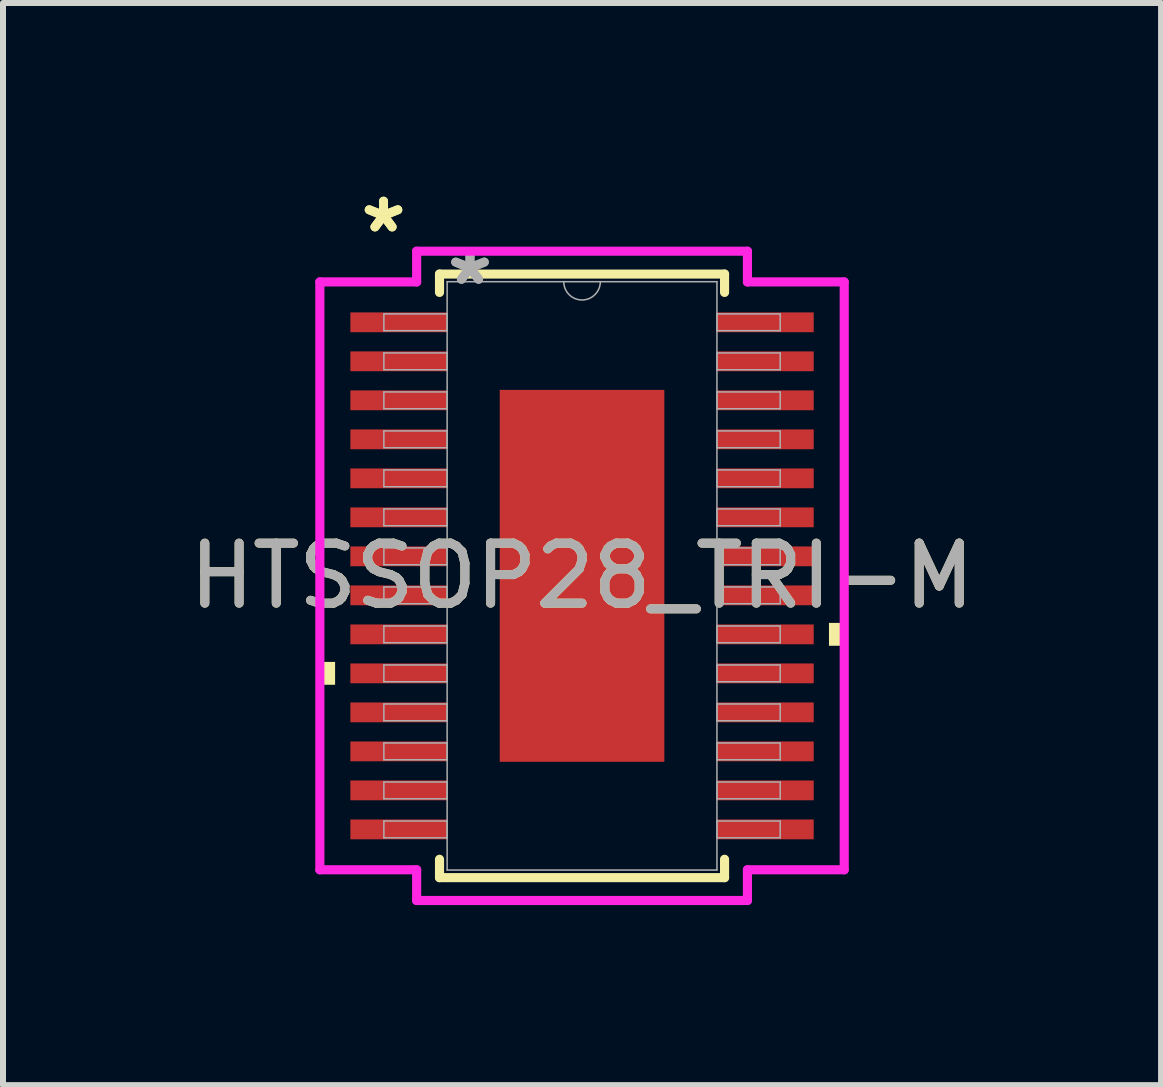
<source format=kicad_pcb>
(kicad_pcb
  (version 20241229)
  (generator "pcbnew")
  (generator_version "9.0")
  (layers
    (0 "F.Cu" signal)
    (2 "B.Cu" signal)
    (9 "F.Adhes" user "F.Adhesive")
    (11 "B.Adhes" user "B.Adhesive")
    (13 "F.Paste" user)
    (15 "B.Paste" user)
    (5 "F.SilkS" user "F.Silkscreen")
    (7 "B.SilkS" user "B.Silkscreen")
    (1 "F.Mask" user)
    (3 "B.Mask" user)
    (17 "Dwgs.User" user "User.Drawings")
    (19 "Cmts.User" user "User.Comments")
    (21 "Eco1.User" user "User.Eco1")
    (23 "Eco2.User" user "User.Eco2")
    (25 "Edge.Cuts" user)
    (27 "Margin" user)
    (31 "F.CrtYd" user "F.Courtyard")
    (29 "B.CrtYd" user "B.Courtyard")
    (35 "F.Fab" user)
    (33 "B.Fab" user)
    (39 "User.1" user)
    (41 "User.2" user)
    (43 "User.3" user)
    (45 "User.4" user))
  (footprint "HTSSOP28_TRI-M"
    (layer "F.Cu")
    (at 6.649 6.546)
    (property "Reference" "HTSSOP28_TRI-M" (at 0 0 0) (unlocked yes) (layer "F.SilkS") (effects (font (size 1 1) (thickness 0.15))))
    (attr smd)
    (fp_line (start -2.375 -5.029) (end -2.375 -4.723) (stroke (width 0.152) (type solid)) (layer "F.SilkS"))
    (fp_line (start -2.375 4.723) (end -2.375 5.029) (stroke (width 0.152) (type solid)) (layer "F.SilkS"))
    (fp_line (start -2.375 5.029) (end 2.375 5.029) (stroke (width 0.152) (type solid)) (layer "F.SilkS"))
    (fp_line (start 2.375 -5.029) (end -2.375 -5.029) (stroke (width 0.152) (type solid)) (layer "F.SilkS"))
    (fp_line (start 2.375 -4.723) (end 2.375 -5.029) (stroke (width 0.152) (type solid)) (layer "F.SilkS"))
    (fp_line (start 2.375 5.029) (end 2.375 4.723) (stroke (width 0.152) (type solid)) (layer "F.SilkS"))
    (fp_poly (pts (xy -4.369 1.434) (xy -4.369 1.815) (xy -4.115 1.815) (xy -4.115 1.434)) (stroke (width 0) (type solid)) (fill yes) (layer "F.SilkS"))
    (fp_poly (pts (xy 4.369 0.784) (xy 4.369 1.165) (xy 4.115 1.165) (xy 4.115 0.784)) (stroke (width 0) (type solid)) (fill yes) (layer "F.SilkS"))
    (fp_poly (pts (xy -1.272 -2.999) (xy -1.272 -1.649) (xy -0.1 -1.649) (xy -0.1 -2.999)) (stroke (width 0) (type solid)) (fill yes) (layer "F.Paste"))
    (fp_poly (pts (xy -1.272 -1.449) (xy -1.272 -0.1) (xy -0.1 -0.1) (xy -0.1 -1.449)) (stroke (width 0) (type solid)) (fill yes) (layer "F.Paste"))
    (fp_poly (pts (xy -1.272 0.1) (xy -1.272 1.449) (xy -0.1 1.449) (xy -0.1 0.1)) (stroke (width 0) (type solid)) (fill yes) (layer "F.Paste"))
    (fp_poly (pts (xy -1.272 1.649) (xy -1.272 2.999) (xy -0.1 2.999) (xy -0.1 1.649)) (stroke (width 0) (type solid)) (fill yes) (layer "F.Paste"))
    (fp_poly (pts (xy 0.1 -2.999) (xy 0.1 -1.649) (xy 1.272 -1.649) (xy 1.272 -2.999)) (stroke (width 0) (type solid)) (fill yes) (layer "F.Paste"))
    (fp_poly (pts (xy 0.1 -1.449) (xy 0.1 -0.1) (xy 1.272 -0.1) (xy 1.272 -1.449)) (stroke (width 0) (type solid)) (fill yes) (layer "F.Paste"))
    (fp_poly (pts (xy 0.1 0.1) (xy 0.1 1.449) (xy 1.272 1.449) (xy 1.272 0.1)) (stroke (width 0) (type solid)) (fill yes) (layer "F.Paste"))
    (fp_poly (pts (xy 0.1 1.649) (xy 0.1 2.999) (xy 1.272 2.999) (xy 1.272 1.649)) (stroke (width 0) (type solid)) (fill yes) (layer "F.Paste"))
    (fp_line (start -4.369 -4.898) (end -2.756 -4.898) (stroke (width 0.152) (type solid)) (layer "F.CrtYd"))
    (fp_line (start -4.369 4.898) (end -4.369 -4.898) (stroke (width 0.152) (type solid)) (layer "F.CrtYd"))
    (fp_line (start -4.369 4.898) (end -2.756 4.898) (stroke (width 0.152) (type solid)) (layer "F.CrtYd"))
    (fp_line (start -2.756 -5.41) (end 2.756 -5.41) (stroke (width 0.152) (type solid)) (layer "F.CrtYd"))
    (fp_line (start -2.756 -4.898) (end -2.756 -5.41) (stroke (width 0.152) (type solid)) (layer "F.CrtYd"))
    (fp_line (start -2.756 5.41) (end -2.756 4.898) (stroke (width 0.152) (type solid)) (layer "F.CrtYd"))
    (fp_line (start 2.756 -5.41) (end 2.756 -4.898) (stroke (width 0.152) (type solid)) (layer "F.CrtYd"))
    (fp_line (start 2.756 4.898) (end 2.756 5.41) (stroke (width 0.152) (type solid)) (layer "F.CrtYd"))
    (fp_line (start 2.756 5.41) (end -2.756 5.41) (stroke (width 0.152) (type solid)) (layer "F.CrtYd"))
    (fp_line (start 4.369 -4.898) (end 2.756 -4.898) (stroke (width 0.152) (type solid)) (layer "F.CrtYd"))
    (fp_line (start 4.369 -4.898) (end 4.369 4.898) (stroke (width 0.152) (type solid)) (layer "F.CrtYd"))
    (fp_line (start 4.369 4.898) (end 2.756 4.898) (stroke (width 0.152) (type solid)) (layer "F.CrtYd"))
    (fp_line (start -3.302 -4.365) (end -3.302 -4.085) (stroke (width 0.025) (type solid)) (layer "F.Fab"))
    (fp_line (start -3.302 -4.085) (end -2.248 -4.085) (stroke (width 0.025) (type solid)) (layer "F.Fab"))
    (fp_line (start -3.302 -3.715) (end -3.302 -3.435) (stroke (width 0.025) (type solid)) (layer "F.Fab"))
    (fp_line (start -3.302 -3.435) (end -2.248 -3.435) (stroke (width 0.025) (type solid)) (layer "F.Fab"))
    (fp_line (start -3.302 -3.065) (end -3.302 -2.785) (stroke (width 0.025) (type solid)) (layer "F.Fab"))
    (fp_line (start -3.302 -2.785) (end -2.248 -2.785) (stroke (width 0.025) (type solid)) (layer "F.Fab"))
    (fp_line (start -3.302 -2.415) (end -3.302 -2.135) (stroke (width 0.025) (type solid)) (layer "F.Fab"))
    (fp_line (start -3.302 -2.135) (end -2.248 -2.135) (stroke (width 0.025) (type solid)) (layer "F.Fab"))
    (fp_line (start -3.302 -1.765) (end -3.302 -1.485) (stroke (width 0.025) (type solid)) (layer "F.Fab"))
    (fp_line (start -3.302 -1.485) (end -2.248 -1.485) (stroke (width 0.025) (type solid)) (layer "F.Fab"))
    (fp_line (start -3.302 -1.115) (end -3.302 -0.835) (stroke (width 0.025) (type solid)) (layer "F.Fab"))
    (fp_line (start -3.302 -0.835) (end -2.248 -0.835) (stroke (width 0.025) (type solid)) (layer "F.Fab"))
    (fp_line (start -3.302 -0.465) (end -3.302 -0.185) (stroke (width 0.025) (type solid)) (layer "F.Fab"))
    (fp_line (start -3.302 -0.185) (end -2.248 -0.185) (stroke (width 0.025) (type solid)) (layer "F.Fab"))
    (fp_line (start -3.302 0.185) (end -3.302 0.465) (stroke (width 0.025) (type solid)) (layer "F.Fab"))
    (fp_line (start -3.302 0.465) (end -2.248 0.465) (stroke (width 0.025) (type solid)) (layer "F.Fab"))
    (fp_line (start -3.302 0.835) (end -3.302 1.115) (stroke (width 0.025) (type solid)) (layer "F.Fab"))
    (fp_line (start -3.302 1.115) (end -2.248 1.115) (stroke (width 0.025) (type solid)) (layer "F.Fab"))
    (fp_line (start -3.302 1.485) (end -3.302 1.765) (stroke (width 0.025) (type solid)) (layer "F.Fab"))
    (fp_line (start -3.302 1.765) (end -2.248 1.765) (stroke (width 0.025) (type solid)) (layer "F.Fab"))
    (fp_line (start -3.302 2.135) (end -3.302 2.415) (stroke (width 0.025) (type solid)) (layer "F.Fab"))
    (fp_line (start -3.302 2.415) (end -2.248 2.415) (stroke (width 0.025) (type solid)) (layer "F.Fab"))
    (fp_line (start -3.302 2.785) (end -3.302 3.065) (stroke (width 0.025) (type solid)) (layer "F.Fab"))
    (fp_line (start -3.302 3.065) (end -2.248 3.065) (stroke (width 0.025) (type solid)) (layer "F.Fab"))
    (fp_line (start -3.302 3.435) (end -3.302 3.715) (stroke (width 0.025) (type solid)) (layer "F.Fab"))
    (fp_line (start -3.302 3.715) (end -2.248 3.715) (stroke (width 0.025) (type solid)) (layer "F.Fab"))
    (fp_line (start -3.302 4.085) (end -3.302 4.365) (stroke (width 0.025) (type solid)) (layer "F.Fab"))
    (fp_line (start -3.302 4.365) (end -2.248 4.365) (stroke (width 0.025) (type solid)) (layer "F.Fab"))
    (fp_line (start -2.248 -4.902) (end -2.248 4.902) (stroke (width 0.025) (type solid)) (layer "F.Fab"))
    (fp_line (start -2.248 -4.365) (end -3.302 -4.365) (stroke (width 0.025) (type solid)) (layer "F.Fab"))
    (fp_line (start -2.248 -4.085) (end -2.248 -4.365) (stroke (width 0.025) (type solid)) (layer "F.Fab"))
    (fp_line (start -2.248 -3.715) (end -3.302 -3.715) (stroke (width 0.025) (type solid)) (layer "F.Fab"))
    (fp_line (start -2.248 -3.435) (end -2.248 -3.715) (stroke (width 0.025) (type solid)) (layer "F.Fab"))
    (fp_line (start -2.248 -3.065) (end -3.302 -3.065) (stroke (width 0.025) (type solid)) (layer "F.Fab"))
    (fp_line (start -2.248 -2.785) (end -2.248 -3.065) (stroke (width 0.025) (type solid)) (layer "F.Fab"))
    (fp_line (start -2.248 -2.415) (end -3.302 -2.415) (stroke (width 0.025) (type solid)) (layer "F.Fab"))
    (fp_line (start -2.248 -2.135) (end -2.248 -2.415) (stroke (width 0.025) (type solid)) (layer "F.Fab"))
    (fp_line (start -2.248 -1.765) (end -3.302 -1.765) (stroke (width 0.025) (type solid)) (layer "F.Fab"))
    (fp_line (start -2.248 -1.485) (end -2.248 -1.765) (stroke (width 0.025) (type solid)) (layer "F.Fab"))
    (fp_line (start -2.248 -1.115) (end -3.302 -1.115) (stroke (width 0.025) (type solid)) (layer "F.Fab"))
    (fp_line (start -2.248 -0.835) (end -2.248 -1.115) (stroke (width 0.025) (type solid)) (layer "F.Fab"))
    (fp_line (start -2.248 -0.465) (end -3.302 -0.465) (stroke (width 0.025) (type solid)) (layer "F.Fab"))
    (fp_line (start -2.248 -0.185) (end -2.248 -0.465) (stroke (width 0.025) (type solid)) (layer "F.Fab"))
    (fp_line (start -2.248 0.185) (end -3.302 0.185) (stroke (width 0.025) (type solid)) (layer "F.Fab"))
    (fp_line (start -2.248 0.465) (end -2.248 0.185) (stroke (width 0.025) (type solid)) (layer "F.Fab"))
    (fp_line (start -2.248 0.835) (end -3.302 0.835) (stroke (width 0.025) (type solid)) (layer "F.Fab"))
    (fp_line (start -2.248 1.115) (end -2.248 0.835) (stroke (width 0.025) (type solid)) (layer "F.Fab"))
    (fp_line (start -2.248 1.485) (end -3.302 1.485) (stroke (width 0.025) (type solid)) (layer "F.Fab"))
    (fp_line (start -2.248 1.765) (end -2.248 1.485) (stroke (width 0.025) (type solid)) (layer "F.Fab"))
    (fp_line (start -2.248 2.135) (end -3.302 2.135) (stroke (width 0.025) (type solid)) (layer "F.Fab"))
    (fp_line (start -2.248 2.415) (end -2.248 2.135) (stroke (width 0.025) (type solid)) (layer "F.Fab"))
    (fp_line (start -2.248 2.785) (end -3.302 2.785) (stroke (width 0.025) (type solid)) (layer "F.Fab"))
    (fp_line (start -2.248 3.065) (end -2.248 2.785) (stroke (width 0.025) (type solid)) (layer "F.Fab"))
    (fp_line (start -2.248 3.435) (end -3.302 3.435) (stroke (width 0.025) (type solid)) (layer "F.Fab"))
    (fp_line (start -2.248 3.715) (end -2.248 3.435) (stroke (width 0.025) (type solid)) (layer "F.Fab"))
    (fp_line (start -2.248 4.085) (end -3.302 4.085) (stroke (width 0.025) (type solid)) (layer "F.Fab"))
    (fp_line (start -2.248 4.365) (end -2.248 4.085) (stroke (width 0.025) (type solid)) (layer "F.Fab"))
    (fp_line (start -2.248 4.902) (end 2.248 4.902) (stroke (width 0.025) (type solid)) (layer "F.Fab"))
    (fp_line (start 2.248 -4.902) (end -2.248 -4.902) (stroke (width 0.025) (type solid)) (layer "F.Fab"))
    (fp_line (start 2.248 -4.365) (end 2.248 -4.085) (stroke (width 0.025) (type solid)) (layer "F.Fab"))
    (fp_line (start 2.248 -4.085) (end 3.302 -4.085) (stroke (width 0.025) (type solid)) (layer "F.Fab"))
    (fp_line (start 2.248 -3.715) (end 2.248 -3.435) (stroke (width 0.025) (type solid)) (layer "F.Fab"))
    (fp_line (start 2.248 -3.435) (end 3.302 -3.435) (stroke (width 0.025) (type solid)) (layer "F.Fab"))
    (fp_line (start 2.248 -3.065) (end 2.248 -2.785) (stroke (width 0.025) (type solid)) (layer "F.Fab"))
    (fp_line (start 2.248 -2.785) (end 3.302 -2.785) (stroke (width 0.025) (type solid)) (layer "F.Fab"))
    (fp_line (start 2.248 -2.415) (end 2.248 -2.135) (stroke (width 0.025) (type solid)) (layer "F.Fab"))
    (fp_line (start 2.248 -2.135) (end 3.302 -2.135) (stroke (width 0.025) (type solid)) (layer "F.Fab"))
    (fp_line (start 2.248 -1.765) (end 2.248 -1.485) (stroke (width 0.025) (type solid)) (layer "F.Fab"))
    (fp_line (start 2.248 -1.485) (end 3.302 -1.485) (stroke (width 0.025) (type solid)) (layer "F.Fab"))
    (fp_line (start 2.248 -1.115) (end 2.248 -0.835) (stroke (width 0.025) (type solid)) (layer "F.Fab"))
    (fp_line (start 2.248 -0.835) (end 3.302 -0.835) (stroke (width 0.025) (type solid)) (layer "F.Fab"))
    (fp_line (start 2.248 -0.465) (end 2.248 -0.185) (stroke (width 0.025) (type solid)) (layer "F.Fab"))
    (fp_line (start 2.248 -0.185) (end 3.302 -0.185) (stroke (width 0.025) (type solid)) (layer "F.Fab"))
    (fp_line (start 2.248 0.185) (end 2.248 0.465) (stroke (width 0.025) (type solid)) (layer "F.Fab"))
    (fp_line (start 2.248 0.465) (end 3.302 0.465) (stroke (width 0.025) (type solid)) (layer "F.Fab"))
    (fp_line (start 2.248 0.835) (end 2.248 1.115) (stroke (width 0.025) (type solid)) (layer "F.Fab"))
    (fp_line (start 2.248 1.115) (end 3.302 1.115) (stroke (width 0.025) (type solid)) (layer "F.Fab"))
    (fp_line (start 2.248 1.485) (end 2.248 1.765) (stroke (width 0.025) (type solid)) (layer "F.Fab"))
    (fp_line (start 2.248 1.765) (end 3.302 1.765) (stroke (width 0.025) (type solid)) (layer "F.Fab"))
    (fp_line (start 2.248 2.135) (end 2.248 2.415) (stroke (width 0.025) (type solid)) (layer "F.Fab"))
    (fp_line (start 2.248 2.415) (end 3.302 2.415) (stroke (width 0.025) (type solid)) (layer "F.Fab"))
    (fp_line (start 2.248 2.785) (end 2.248 3.065) (stroke (width 0.025) (type solid)) (layer "F.Fab"))
    (fp_line (start 2.248 3.065) (end 3.302 3.065) (stroke (width 0.025) (type solid)) (layer "F.Fab"))
    (fp_line (start 2.248 3.435) (end 2.248 3.715) (stroke (width 0.025) (type solid)) (layer "F.Fab"))
    (fp_line (start 2.248 3.715) (end 3.302 3.715) (stroke (width 0.025) (type solid)) (layer "F.Fab"))
    (fp_line (start 2.248 4.085) (end 2.248 4.365) (stroke (width 0.025) (type solid)) (layer "F.Fab"))
    (fp_line (start 2.248 4.365) (end 3.302 4.365) (stroke (width 0.025) (type solid)) (layer "F.Fab"))
    (fp_line (start 2.248 4.902) (end 2.248 -4.902) (stroke (width 0.025) (type solid)) (layer "F.Fab"))
    (fp_line (start 3.302 -4.365) (end 2.248 -4.365) (stroke (width 0.025) (type solid)) (layer "F.Fab"))
    (fp_line (start 3.302 -4.085) (end 3.302 -4.365) (stroke (width 0.025) (type solid)) (layer "F.Fab"))
    (fp_line (start 3.302 -3.715) (end 2.248 -3.715) (stroke (width 0.025) (type solid)) (layer "F.Fab"))
    (fp_line (start 3.302 -3.435) (end 3.302 -3.715) (stroke (width 0.025) (type solid)) (layer "F.Fab"))
    (fp_line (start 3.302 -3.065) (end 2.248 -3.065) (stroke (width 0.025) (type solid)) (layer "F.Fab"))
    (fp_line (start 3.302 -2.785) (end 3.302 -3.065) (stroke (width 0.025) (type solid)) (layer "F.Fab"))
    (fp_line (start 3.302 -2.415) (end 2.248 -2.415) (stroke (width 0.025) (type solid)) (layer "F.Fab"))
    (fp_line (start 3.302 -2.135) (end 3.302 -2.415) (stroke (width 0.025) (type solid)) (layer "F.Fab"))
    (fp_line (start 3.302 -1.765) (end 2.248 -1.765) (stroke (width 0.025) (type solid)) (layer "F.Fab"))
    (fp_line (start 3.302 -1.485) (end 3.302 -1.765) (stroke (width 0.025) (type solid)) (layer "F.Fab"))
    (fp_line (start 3.302 -1.115) (end 2.248 -1.115) (stroke (width 0.025) (type solid)) (layer "F.Fab"))
    (fp_line (start 3.302 -0.835) (end 3.302 -1.115) (stroke (width 0.025) (type solid)) (layer "F.Fab"))
    (fp_line (start 3.302 -0.465) (end 2.248 -0.465) (stroke (width 0.025) (type solid)) (layer "F.Fab"))
    (fp_line (start 3.302 -0.185) (end 3.302 -0.465) (stroke (width 0.025) (type solid)) (layer "F.Fab"))
    (fp_line (start 3.302 0.185) (end 2.248 0.185) (stroke (width 0.025) (type solid)) (layer "F.Fab"))
    (fp_line (start 3.302 0.465) (end 3.302 0.185) (stroke (width 0.025) (type solid)) (layer "F.Fab"))
    (fp_line (start 3.302 0.835) (end 2.248 0.835) (stroke (width 0.025) (type solid)) (layer "F.Fab"))
    (fp_line (start 3.302 1.115) (end 3.302 0.835) (stroke (width 0.025) (type solid)) (layer "F.Fab"))
    (fp_line (start 3.302 1.485) (end 2.248 1.485) (stroke (width 0.025) (type solid)) (layer "F.Fab"))
    (fp_line (start 3.302 1.765) (end 3.302 1.485) (stroke (width 0.025) (type solid)) (layer "F.Fab"))
    (fp_line (start 3.302 2.135) (end 2.248 2.135) (stroke (width 0.025) (type solid)) (layer "F.Fab"))
    (fp_line (start 3.302 2.415) (end 3.302 2.135) (stroke (width 0.025) (type solid)) (layer "F.Fab"))
    (fp_line (start 3.302 2.785) (end 2.248 2.785) (stroke (width 0.025) (type solid)) (layer "F.Fab"))
    (fp_line (start 3.302 3.065) (end 3.302 2.785) (stroke (width 0.025) (type solid)) (layer "F.Fab"))
    (fp_line (start 3.302 3.435) (end 2.248 3.435) (stroke (width 0.025) (type solid)) (layer "F.Fab"))
    (fp_line (start 3.302 3.715) (end 3.302 3.435) (stroke (width 0.025) (type solid)) (layer "F.Fab"))
    (fp_line (start 3.302 4.085) (end 2.248 4.085) (stroke (width 0.025) (type solid)) (layer "F.Fab"))
    (fp_line (start 3.302 4.365) (end 3.302 4.085) (stroke (width 0.025) (type solid)) (layer "F.Fab"))
    (fp_arc (start 0.3048 -4.9022) (mid 0 -4.5974) (end -0.3048 -4.9022) (stroke (width 0.0254) (type solid)) (layer "F.Fab"))
    (fp_text user "*" (at -3.308 -5.698 0) (unlocked yes) (layer "F.SilkS") (effects (font (size 1 1) (thickness 0.15))))
    (fp_text user "*" (at -3.308 -5.698 0) (layer "F.SilkS") (effects (font (size 1 1) (thickness 0.15))))
    (fp_text user "*" (at -1.867 -4.826 0) (unlocked yes) (layer "F.Fab") (effects (font (size 1 1) (thickness 0.15))))
    (fp_text user "*" (at -1.867 -4.826 0) (layer "F.Fab") (effects (font (size 1 1) (thickness 0.15))))
    (fp_text user "${REFERENCE}" (at 0 0 0) (unlocked yes) (layer "F.Fab") (effects (font (size 1 1) (thickness 0.15))))
    (pad "1" smd rect (at -3.054 -4.225) (size 1.613 0.33) (layers "F.Cu" "F.Mask" "F.Paste"))
    (pad "2" smd rect (at -3.054 -3.575) (size 1.613 0.33) (layers "F.Cu" "F.Mask" "F.Paste"))
    (pad "3" smd rect (at -3.054 -2.925) (size 1.613 0.33) (layers "F.Cu" "F.Mask" "F.Paste"))
    (pad "4" smd rect (at -3.054 -2.275) (size 1.613 0.33) (layers "F.Cu" "F.Mask" "F.Paste"))
    (pad "5" smd rect (at -3.054 -1.625) (size 1.613 0.33) (layers "F.Cu" "F.Mask" "F.Paste"))
    (pad "6" smd rect (at -3.054 -0.975) (size 1.613 0.33) (layers "F.Cu" "F.Mask" "F.Paste"))
    (pad "7" smd rect (at -3.054 -0.325) (size 1.613 0.33) (layers "F.Cu" "F.Mask" "F.Paste"))
    (pad "8" smd rect (at -3.054 0.325) (size 1.613 0.33) (layers "F.Cu" "F.Mask" "F.Paste"))
    (pad "9" smd rect (at -3.054 0.975) (size 1.613 0.33) (layers "F.Cu" "F.Mask" "F.Paste"))
    (pad "10" smd rect (at -3.054 1.625) (size 1.613 0.33) (layers "F.Cu" "F.Mask" "F.Paste"))
    (pad "11" smd rect (at -3.054 2.275) (size 1.613 0.33) (layers "F.Cu" "F.Mask" "F.Paste"))
    (pad "12" smd rect (at -3.054 2.925) (size 1.613 0.33) (layers "F.Cu" "F.Mask" "F.Paste"))
    (pad "13" smd rect (at -3.054 3.575) (size 1.613 0.33) (layers "F.Cu" "F.Mask" "F.Paste"))
    (pad "14" smd rect (at -3.054 4.225) (size 1.613 0.33) (layers "F.Cu" "F.Mask" "F.Paste"))
    (pad "15" smd rect (at 3.054 4.225) (size 1.613 0.33) (layers "F.Cu" "F.Mask" "F.Paste"))
    (pad "16" smd rect (at 3.054 3.575) (size 1.613 0.33) (layers "F.Cu" "F.Mask" "F.Paste"))
    (pad "17" smd rect (at 3.054 2.925) (size 1.613 0.33) (layers "F.Cu" "F.Mask" "F.Paste"))
    (pad "18" smd rect (at 3.054 2.275) (size 1.613 0.33) (layers "F.Cu" "F.Mask" "F.Paste"))
    (pad "19" smd rect (at 3.054 1.625) (size 1.613 0.33) (layers "F.Cu" "F.Mask" "F.Paste"))
    (pad "20" smd rect (at 3.054 0.975) (size 1.613 0.33) (layers "F.Cu" "F.Mask" "F.Paste"))
    (pad "21" smd rect (at 3.054 0.325) (size 1.613 0.33) (layers "F.Cu" "F.Mask" "F.Paste"))
    (pad "22" smd rect (at 3.054 -0.325) (size 1.613 0.33) (layers "F.Cu" "F.Mask" "F.Paste"))
    (pad "23" smd rect (at 3.054 -0.975) (size 1.613 0.33) (layers "F.Cu" "F.Mask" "F.Paste"))
    (pad "24" smd rect (at 3.054 -1.625) (size 1.613 0.33) (layers "F.Cu" "F.Mask" "F.Paste"))
    (pad "25" smd rect (at 3.054 -2.275) (size 1.613 0.33) (layers "F.Cu" "F.Mask" "F.Paste"))
    (pad "26" smd rect (at 3.054 -2.925) (size 1.613 0.33) (layers "F.Cu" "F.Mask" "F.Paste"))
    (pad "27" smd rect (at 3.054 -3.575) (size 1.613 0.33) (layers "F.Cu" "F.Mask" "F.Paste"))
    (pad "28" smd rect (at 3.054 -4.225) (size 1.613 0.33) (layers "F.Cu" "F.Mask" "F.Paste"))
    (pad "EPAD" smd rect (at 0 0) (size 2.743 6.198) (layers "F.Cu" "F.Mask")))
  (gr_rect
    (start -3 -3)
    (end 16.298 15.033)
    (stroke (width 0.1) (type default))
    (fill no)
    (layer "Edge.Cuts")))
</source>
